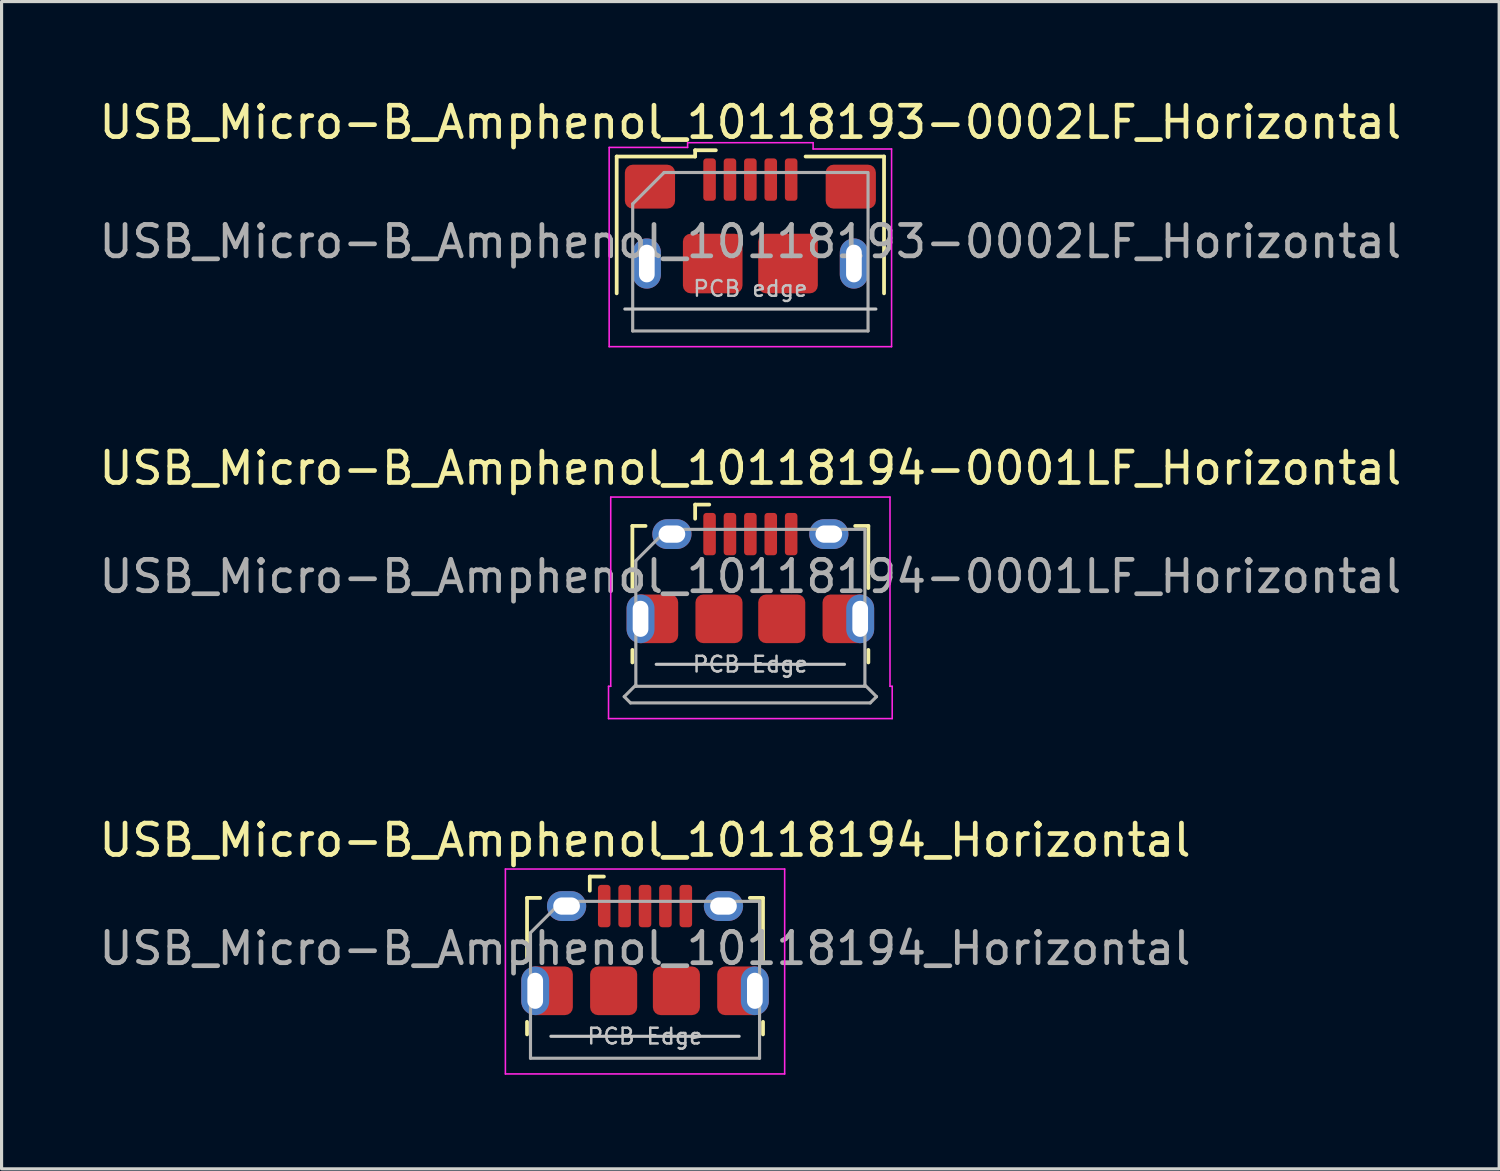
<source format=kicad_pcb>
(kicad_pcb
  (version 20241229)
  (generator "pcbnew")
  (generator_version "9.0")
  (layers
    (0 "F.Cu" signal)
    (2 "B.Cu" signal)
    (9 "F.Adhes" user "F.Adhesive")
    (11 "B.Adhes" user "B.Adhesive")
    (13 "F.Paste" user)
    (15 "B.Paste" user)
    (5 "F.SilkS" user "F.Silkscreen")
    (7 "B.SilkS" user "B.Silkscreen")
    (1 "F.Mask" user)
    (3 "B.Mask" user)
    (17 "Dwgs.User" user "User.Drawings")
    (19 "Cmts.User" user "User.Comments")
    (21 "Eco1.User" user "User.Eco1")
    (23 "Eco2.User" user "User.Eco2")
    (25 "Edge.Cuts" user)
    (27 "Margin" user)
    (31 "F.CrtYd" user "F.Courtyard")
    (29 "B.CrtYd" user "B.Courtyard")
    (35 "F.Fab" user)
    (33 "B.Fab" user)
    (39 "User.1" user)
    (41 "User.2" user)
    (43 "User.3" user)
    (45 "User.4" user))
  (footprint "USB_Micro-B_Amphenol_10118193-0002LF_Horizontal"
    (layer "F.Cu")
    (at 20.863 5.348)
    (property "Reference" "USB_Micro-B_Amphenol_10118193-0002LF_Horizontal" (at 0 -4.5 0) (layer "F.SilkS") (effects (font (size 1 1) (thickness 0.15))))
    (attr smd)
    (fp_line (start -4.26 -3.41) (end -4.26 0.95) (stroke (width 0.12) (type solid)) (layer "F.SilkS"))
    (fp_line (start -4.26 -3.41) (end -1.76 -3.41) (stroke (width 0.12) (type default)) (layer "F.SilkS"))
    (fp_line (start -1.76 -3.41) (end -1.76 -3.61) (stroke (width 0.12) (type default)) (layer "F.SilkS"))
    (fp_line (start -1.1 -3.61) (end -1.76 -3.61) (stroke (width 0.12) (type default)) (layer "F.SilkS"))
    (fp_line (start 1.76 -3.41) (end 4.26 -3.41) (stroke (width 0.12) (type default)) (layer "F.SilkS"))
    (fp_line (start 4.26 -3.41) (end 4.26 0.95) (stroke (width 0.12) (type solid)) (layer "F.SilkS"))
    (fp_line (start -4 1.45) (end 4 1.45) (stroke (width 0.1) (type solid)) (layer "Dwgs.User"))
    (fp_line (start -4.5 -3.7) (end -4.5 2.65) (stroke (width 0.05) (type solid)) (layer "F.CrtYd"))
    (fp_line (start -4.5 -3.7) (end -2 -3.7) (stroke (width 0.05) (type default)) (layer "F.CrtYd"))
    (fp_line (start -2 -3.85) (end 2 -3.85) (stroke (width 0.05) (type solid)) (layer "F.CrtYd"))
    (fp_line (start -2 -3.7) (end -2 -3.85) (stroke (width 0.05) (type default)) (layer "F.CrtYd"))
    (fp_line (start 2 -3.65) (end 2 -3.85) (stroke (width 0.05) (type default)) (layer "F.CrtYd"))
    (fp_line (start 4.5 -3.65) (end 2 -3.65) (stroke (width 0.05) (type default)) (layer "F.CrtYd"))
    (fp_line (start 4.5 2.65) (end -4.5 2.65) (stroke (width 0.05) (type solid)) (layer "F.CrtYd"))
    (fp_line (start 4.5 2.65) (end 4.5 -3.65) (stroke (width 0.05) (type solid)) (layer "F.CrtYd"))
    (fp_line (start -3.75 -1.9) (end -3.75 2.15) (stroke (width 0.1) (type solid)) (layer "F.Fab"))
    (fp_line (start -3.75 -1.9) (end -2.75 -2.9) (stroke (width 0.1) (type default)) (layer "F.Fab"))
    (fp_line (start -3.75 2.15) (end 3.75 2.15) (stroke (width 0.1) (type solid)) (layer "F.Fab"))
    (fp_line (start 3.73 -2.9) (end -2.75 -2.9) (stroke (width 0.1) (type solid)) (layer "F.Fab"))
    (fp_line (start 3.75 2.15) (end 3.75 -2.9) (stroke (width 0.1) (type solid)) (layer "F.Fab"))
    (fp_text user "PCB edge" (at 0 0.8 0) (layer "Dwgs.User") (effects (font (size 0.5 0.5) (thickness 0.075))))
    (fp_text user "${REFERENCE}" (at 0 -0.7 0) (layer "F.Fab") (effects (font (size 1 1) (thickness 0.15))))
    (pad "1" smd roundrect (at -1.3 -2.675) (size 0.4 1.35) (layers "F.Cu" "F.Mask" "F.Paste") (roundrect_rratio 0.25))
    (pad "2" smd roundrect (at -0.65 -2.675) (size 0.4 1.35) (layers "F.Cu" "F.Mask" "F.Paste") (roundrect_rratio 0.25))
    (pad "3" smd roundrect (at 0 -2.675) (size 0.4 1.35) (layers "F.Cu" "F.Mask" "F.Paste") (roundrect_rratio 0.25))
    (pad "4" smd roundrect (at 0.65 -2.675) (size 0.4 1.35) (layers "F.Cu" "F.Mask" "F.Paste") (roundrect_rratio 0.25))
    (pad "5" smd roundrect (at 1.3 -2.675) (size 0.4 1.35) (layers "F.Cu" "F.Mask" "F.Paste") (roundrect_rratio 0.25))
    (pad "6" thru_hole oval (at -3.3 0 90) (size 1.6 0.9) (drill oval 1.2 0.5) (layers "*.Cu" "*.Mask" "F.Paste"))
    (pad "6" smd roundrect (at -3.2 -2.45) (size 1.6 1.4) (layers "F.Cu" "F.Mask" "F.Paste") (roundrect_rratio 0.179))
    (pad "6" smd roundrect (at -1.2 0) (size 1.9 1.9) (layers "F.Cu" "F.Mask" "F.Paste") (roundrect_rratio 0.132))
    (pad "6" smd roundrect (at 1.2 0) (size 1.9 1.9) (layers "F.Cu" "F.Mask" "F.Paste") (roundrect_rratio 0.132))
    (pad "6" smd roundrect (at 3.2 -2.45) (size 1.6 1.4) (layers "F.Cu" "F.Mask" "F.Paste") (roundrect_rratio 0.179))
    (pad "6" thru_hole oval (at 3.3 0 90) (size 1.6 0.9) (drill oval 1.2 0.5) (layers "*.Cu" "*.Mask" "F.Paste")))
  (footprint "USB_Micro-B_Amphenol_10118194-0001LF_Horizontal"
    (layer "F.Cu")
    (at 20.863 15.371)
    (property "Reference" "USB_Micro-B_Amphenol_10118194-0001LF_Horizontal" (at 0 -3.5 0) (layer "F.SilkS") (effects (font (size 1 1) (thickness 0.15))))
    (attr smd)
    (fp_line (start -3.76 -1.66) (end -3.34 -1.66) (stroke (width 0.12) (type solid)) (layer "F.SilkS"))
    (fp_line (start -3.76 0.32) (end -3.76 -1.66) (stroke (width 0.12) (type solid)) (layer "F.SilkS"))
    (fp_line (start -3.76 2.69) (end -3.76 2.29) (stroke (width 0.12) (type solid)) (layer "F.SilkS"))
    (fp_line (start -1.76 -1.89) (end -1.76 -2.34) (stroke (width 0.12) (type solid)) (layer "F.SilkS"))
    (fp_line (start -1.31 -2.34) (end -1.76 -2.34) (stroke (width 0.12) (type solid)) (layer "F.SilkS"))
    (fp_line (start 3.76 -1.66) (end 3.34 -1.66) (stroke (width 0.12) (type solid)) (layer "F.SilkS"))
    (fp_line (start 3.76 0.32) (end 3.76 -1.66) (stroke (width 0.12) (type solid)) (layer "F.SilkS"))
    (fp_line (start 3.76 2.29) (end 3.76 2.69) (stroke (width 0.12) (type solid)) (layer "F.SilkS"))
    (fp_line (start 3 2.75) (end -3 2.75) (stroke (width 0.1) (type solid)) (layer "Dwgs.User"))
    (fp_line (start -4.52 3.45) (end -4.52 4.48) (stroke (width 0.05) (type default)) (layer "F.CrtYd"))
    (fp_line (start -4.52 4.48) (end 4.52 4.48) (stroke (width 0.05) (type solid)) (layer "F.CrtYd"))
    (fp_line (start -4.45 -2.58) (end -4.45 3.45) (stroke (width 0.05) (type solid)) (layer "F.CrtYd"))
    (fp_line (start -4.45 -2.58) (end 4.45 -2.58) (stroke (width 0.05) (type solid)) (layer "F.CrtYd"))
    (fp_line (start -4.45 3.45) (end -4.52 3.45) (stroke (width 0.05) (type default)) (layer "F.CrtYd"))
    (fp_line (start 4.45 -2.58) (end 4.45 3.45) (stroke (width 0.05) (type solid)) (layer "F.CrtYd"))
    (fp_line (start 4.45 3.45) (end 4.52 3.45) (stroke (width 0.05) (type default)) (layer "F.CrtYd"))
    (fp_line (start 4.52 3.45) (end 4.52 4.48) (stroke (width 0.05) (type default)) (layer "F.CrtYd"))
    (fp_line (start -4.02 3.78) (end -3.65 3.41) (stroke (width 0.1) (type default)) (layer "F.Fab"))
    (fp_line (start -3.82 3.98) (end -4.02 3.78) (stroke (width 0.1) (type default)) (layer "F.Fab"))
    (fp_line (start -3.82 3.98) (end 3.82 3.98) (stroke (width 0.1) (type default)) (layer "F.Fab"))
    (fp_line (start -3.65 -0.55) (end -2.65 -1.55) (stroke (width 0.1) (type solid)) (layer "F.Fab"))
    (fp_line (start -3.65 3.45) (end -3.65 -0.55) (stroke (width 0.1) (type solid)) (layer "F.Fab"))
    (fp_line (start -2.65 -1.55) (end 3.65 -1.55) (stroke (width 0.1) (type solid)) (layer "F.Fab"))
    (fp_line (start 3.65 -1.55) (end 3.65 3.45) (stroke (width 0.1) (type solid)) (layer "F.Fab"))
    (fp_line (start 3.65 3.41) (end 4.02 3.78) (stroke (width 0.1) (type default)) (layer "F.Fab"))
    (fp_line (start 3.65 3.45) (end -3.65 3.45) (stroke (width 0.1) (type solid)) (layer "F.Fab"))
    (fp_line (start 4.02 3.78) (end 3.82 3.98) (stroke (width 0.1) (type default)) (layer "F.Fab"))
    (fp_text user "PCB Edge" (at 0 2.75 0) (layer "Dwgs.User") (effects (font (size 0.5 0.5) (thickness 0.08))))
    (fp_text user "${REFERENCE}" (at 0 -0.05 0) (layer "F.Fab") (effects (font (size 1 1) (thickness 0.15))))
    (pad "" smd oval (at -3.5 1.3) (size 0.89 1.55) (layers "F.Paste"))
    (pad "" smd oval (at -2.5 -1.4) (size 1.25 0.95) (layers "F.Paste"))
    (pad "" smd oval (at 2.5 -1.4) (size 1.25 0.95) (layers "F.Paste"))
    (pad "" smd oval (at 3.5 1.3) (size 0.89 1.55) (layers "F.Paste"))
    (pad "1" smd roundrect (at -1.3 -1.4) (size 0.4 1.35) (layers "F.Cu" "F.Mask" "F.Paste") (roundrect_rratio 0.25))
    (pad "2" smd roundrect (at -0.65 -1.4) (size 0.4 1.35) (layers "F.Cu" "F.Mask" "F.Paste") (roundrect_rratio 0.25))
    (pad "3" smd roundrect (at 0 -1.4) (size 0.4 1.35) (layers "F.Cu" "F.Mask" "F.Paste") (roundrect_rratio 0.25))
    (pad "4" smd roundrect (at 0.65 -1.4) (size 0.4 1.35) (layers "F.Cu" "F.Mask" "F.Paste") (roundrect_rratio 0.25))
    (pad "5" smd roundrect (at 1.3 -1.4) (size 0.4 1.35) (layers "F.Cu" "F.Mask" "F.Paste") (roundrect_rratio 0.25))
    (pad "6" thru_hole oval (at -3.5 1.3) (size 0.89 1.55) (drill oval 0.5 1.15) (layers "*.Cu" "*.Mask"))
    (pad "6" smd roundrect (at -3.025 1.3) (size 1.45 1.55) (layers "F.Cu" "F.Mask" "F.Paste") (roundrect_rratio 0.172))
    (pad "6" thru_hole oval (at -2.5 -1.4) (size 1.25 0.95) (drill oval 0.85 0.55) (layers "*.Cu" "*.Mask"))
    (pad "6" smd roundrect (at -1 1.3) (size 1.5 1.55) (layers "F.Cu" "F.Mask" "F.Paste") (roundrect_rratio 0.167))
    (pad "6" smd roundrect (at 1 1.3) (size 1.5 1.55) (layers "F.Cu" "F.Mask" "F.Paste") (roundrect_rratio 0.167))
    (pad "6" thru_hole oval (at 2.5 -1.4) (size 1.25 0.95) (drill oval 0.85 0.55) (layers "*.Cu" "*.Mask"))
    (pad "6" smd roundrect (at 3.025 1.3) (size 1.45 1.55) (layers "F.Cu" "F.Mask" "F.Paste") (roundrect_rratio 0.172))
    (pad "6" thru_hole oval (at 3.5 1.3) (size 0.89 1.55) (drill oval 0.5 1.15) (layers "*.Cu" "*.Mask")))
  (footprint "USB_Micro-B_Amphenol_10118194_Horizontal"
    (layer "F.Cu")
    (at 17.506 27.225)
    (property "Reference" "USB_Micro-B_Amphenol_10118194_Horizontal" (at 0 -3.5 0) (layer "F.SilkS") (effects (font (size 1 1) (thickness 0.15))))
    (attr smd)
    (fp_line (start -3.76 -1.66) (end -3.34 -1.66) (stroke (width 0.12) (type solid)) (layer "F.SilkS"))
    (fp_line (start -3.76 0.32) (end -3.76 -1.66) (stroke (width 0.12) (type solid)) (layer "F.SilkS"))
    (fp_line (start -3.76 2.69) (end -3.76 2.29) (stroke (width 0.12) (type solid)) (layer "F.SilkS"))
    (fp_line (start -1.76 -1.89) (end -1.76 -2.34) (stroke (width 0.12) (type solid)) (layer "F.SilkS"))
    (fp_line (start -1.31 -2.34) (end -1.76 -2.34) (stroke (width 0.12) (type solid)) (layer "F.SilkS"))
    (fp_line (start 3.76 -1.66) (end 3.34 -1.66) (stroke (width 0.12) (type solid)) (layer "F.SilkS"))
    (fp_line (start 3.76 0.32) (end 3.76 -1.66) (stroke (width 0.12) (type solid)) (layer "F.SilkS"))
    (fp_line (start 3.76 2.29) (end 3.76 2.69) (stroke (width 0.12) (type solid)) (layer "F.SilkS"))
    (fp_line (start 3 2.75) (end -3 2.75) (stroke (width 0.1) (type solid)) (layer "Dwgs.User"))
    (fp_line (start -4.45 -2.58) (end -4.45 3.95) (stroke (width 0.05) (type solid)) (layer "F.CrtYd"))
    (fp_line (start -4.45 -2.58) (end 4.45 -2.58) (stroke (width 0.05) (type solid)) (layer "F.CrtYd"))
    (fp_line (start -4.45 3.95) (end 4.45 3.95) (stroke (width 0.05) (type solid)) (layer "F.CrtYd"))
    (fp_line (start 4.45 -2.58) (end 4.45 3.95) (stroke (width 0.05) (type solid)) (layer "F.CrtYd"))
    (fp_line (start -3.65 -0.55) (end -2.65 -1.55) (stroke (width 0.1) (type solid)) (layer "F.Fab"))
    (fp_line (start -3.65 3.45) (end -3.65 -0.55) (stroke (width 0.1) (type solid)) (layer "F.Fab"))
    (fp_line (start -2.65 -1.55) (end 3.65 -1.55) (stroke (width 0.1) (type solid)) (layer "F.Fab"))
    (fp_line (start 3.65 -1.55) (end 3.65 3.45) (stroke (width 0.1) (type solid)) (layer "F.Fab"))
    (fp_line (start 3.65 3.45) (end -3.65 3.45) (stroke (width 0.1) (type solid)) (layer "F.Fab"))
    (fp_text user "PCB Edge" (at 0 2.75 0) (layer "Dwgs.User") (effects (font (size 0.5 0.5) (thickness 0.08))))
    (fp_text user "${REFERENCE}" (at 0 -0.05 0) (layer "F.Fab") (effects (font (size 1 1) (thickness 0.15))))
    (pad "" smd oval (at -3.5 1.3) (size 0.89 1.55) (layers "F.Paste"))
    (pad "" smd oval (at -2.5 -1.4) (size 1.25 0.95) (layers "F.Paste"))
    (pad "" smd oval (at 2.5 -1.4) (size 1.25 0.95) (layers "F.Paste"))
    (pad "" smd oval (at 3.5 1.3) (size 0.89 1.55) (layers "F.Paste"))
    (pad "1" smd roundrect (at -1.3 -1.4) (size 0.4 1.35) (layers "F.Cu" "F.Mask" "F.Paste") (roundrect_rratio 0.25))
    (pad "2" smd roundrect (at -0.65 -1.4) (size 0.4 1.35) (layers "F.Cu" "F.Mask" "F.Paste") (roundrect_rratio 0.25))
    (pad "3" smd roundrect (at 0 -1.4) (size 0.4 1.35) (layers "F.Cu" "F.Mask" "F.Paste") (roundrect_rratio 0.25))
    (pad "4" smd roundrect (at 0.65 -1.4) (size 0.4 1.35) (layers "F.Cu" "F.Mask" "F.Paste") (roundrect_rratio 0.25))
    (pad "5" smd roundrect (at 1.3 -1.4) (size 0.4 1.35) (layers "F.Cu" "F.Mask" "F.Paste") (roundrect_rratio 0.25))
    (pad "6" thru_hole oval (at -3.5 1.3) (size 0.89 1.55) (drill oval 0.5 1.15) (layers "*.Cu" "*.Mask"))
    (pad "6" smd roundrect (at -3.025 1.3) (size 1.45 1.55) (layers "F.Cu" "F.Mask" "F.Paste") (roundrect_rratio 0.172))
    (pad "6" thru_hole oval (at -2.5 -1.4) (size 1.25 0.95) (drill oval 0.85 0.55) (layers "*.Cu" "*.Mask"))
    (pad "6" smd roundrect (at -1 1.3) (size 1.5 1.55) (layers "F.Cu" "F.Mask" "F.Paste") (roundrect_rratio 0.167))
    (pad "6" smd roundrect (at 1 1.3) (size 1.5 1.55) (layers "F.Cu" "F.Mask" "F.Paste") (roundrect_rratio 0.167))
    (pad "6" thru_hole oval (at 2.5 -1.4) (size 1.25 0.95) (drill oval 0.85 0.55) (layers "*.Cu" "*.Mask"))
    (pad "6" smd roundrect (at 3.025 1.3) (size 1.45 1.55) (layers "F.Cu" "F.Mask" "F.Paste") (roundrect_rratio 0.172))
    (pad "6" thru_hole oval (at 3.5 1.3) (size 0.89 1.55) (drill oval 0.5 1.15) (layers "*.Cu" "*.Mask")))
  (gr_rect
    (start -3 -3)
    (end 44.726 34.2)
    (stroke (width 0.1) (type default))
    (fill no)
    (layer "Edge.Cuts")))
</source>
